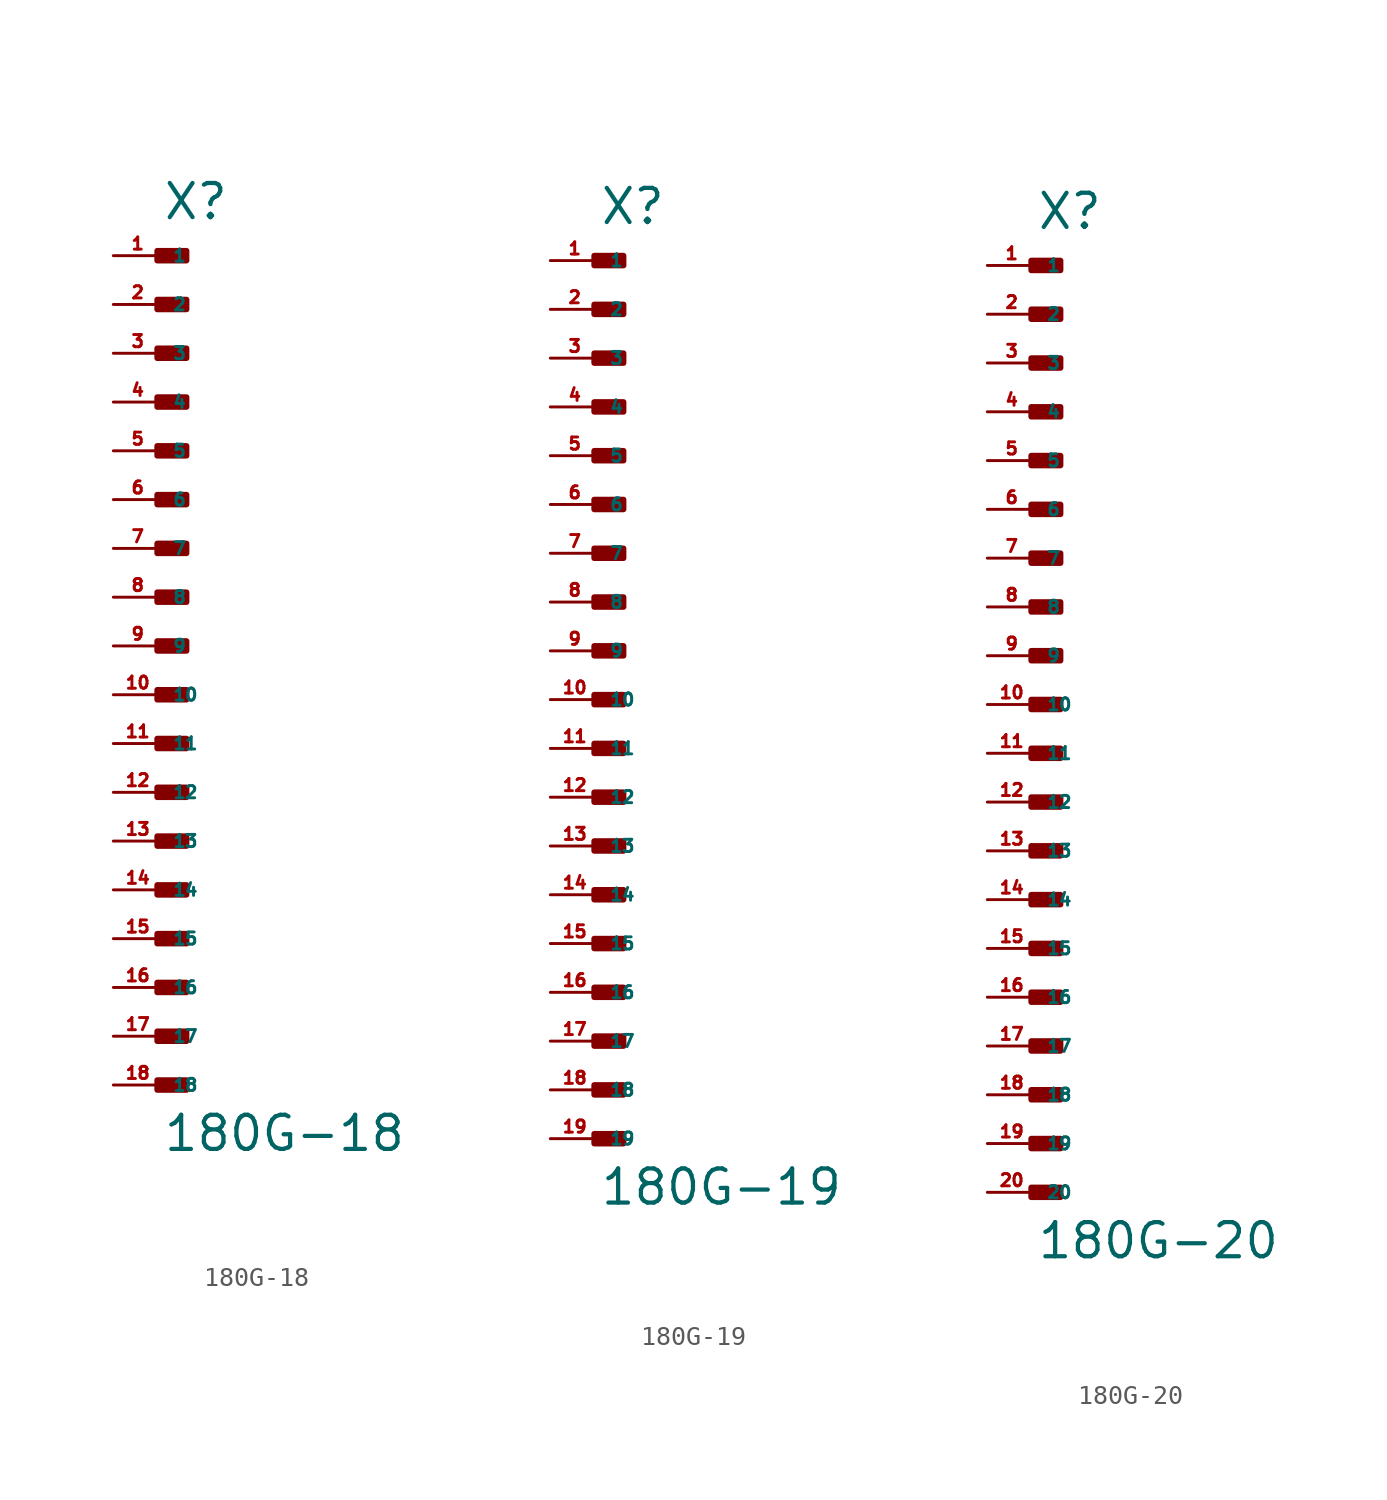
<source format=kicad_sym>
(kicad_symbol_lib
  (version 20220914)
  (generator Eagle2Kicad)
  (symbol "180G-18"
    (property "Reference" "X"
      (at 0 22.098 0)
      (effects (font (size 1.778 1.778) (thickness 0.22)) (justify left bottom)))
    (property "Value" "180G-18"
      (at 0 -26.416 0)
      (effects (font (size 1.778 1.778) (thickness 0.22)) (justify left bottom)))
    (rectangle
      (start -0.254 20.066)
      (end 1.27 20.574)
      (stroke (width 0.3) (type default))
      (fill (type outline)))
    (rectangle
      (start -0.254 17.526)
      (end 1.27 18.034)
      (stroke (width 0.3) (type default))
      (fill (type outline)))
    (rectangle
      (start -0.254 14.986)
      (end 1.27 15.494)
      (stroke (width 0.3) (type default))
      (fill (type outline)))
    (rectangle
      (start -0.254 12.446)
      (end 1.27 12.954)
      (stroke (width 0.3) (type default))
      (fill (type outline)))
    (rectangle
      (start -0.254 9.906)
      (end 1.27 10.414)
      (stroke (width 0.3) (type default))
      (fill (type outline)))
    (rectangle
      (start -0.254 7.366)
      (end 1.27 7.874)
      (stroke (width 0.3) (type default))
      (fill (type outline)))
    (rectangle
      (start -0.254 4.826)
      (end 1.27 5.334)
      (stroke (width 0.3) (type default))
      (fill (type outline)))
    (rectangle
      (start -0.254 2.286)
      (end 1.27 2.794)
      (stroke (width 0.3) (type default))
      (fill (type outline)))
    (rectangle
      (start -0.254 -0.254)
      (end 1.27 0.254)
      (stroke (width 0.3) (type default))
      (fill (type outline)))
    (rectangle
      (start -0.254 -2.794)
      (end 1.27 -2.286)
      (stroke (width 0.3) (type default))
      (fill (type outline)))
    (rectangle
      (start -0.254 -5.334)
      (end 1.27 -4.826)
      (stroke (width 0.3) (type default))
      (fill (type outline)))
    (rectangle
      (start -0.254 -7.874)
      (end 1.27 -7.366)
      (stroke (width 0.3) (type default))
      (fill (type outline)))
    (rectangle
      (start -0.254 -10.414)
      (end 1.27 -9.906)
      (stroke (width 0.3) (type default))
      (fill (type outline)))
    (rectangle
      (start -0.254 -12.954)
      (end 1.27 -12.446)
      (stroke (width 0.3) (type default))
      (fill (type outline)))
    (rectangle
      (start -0.254 -15.494)
      (end 1.27 -14.986)
      (stroke (width 0.3) (type default))
      (fill (type outline)))
    (rectangle
      (start -0.254 -18.034)
      (end 1.27 -17.526)
      (stroke (width 0.3) (type default))
      (fill (type outline)))
    (rectangle
      (start -0.254 -20.574)
      (end 1.27 -20.066)
      (stroke (width 0.3) (type default))
      (fill (type outline)))
    (rectangle
      (start -0.254 -23.114)
      (end 1.27 -22.606)
      (stroke (width 0.3) (type default))
      (fill (type outline)))
    (pin passive line
      (at -2.54 20.32 0)
      (length 2.54)
      (name "1" (effects (font (size 0.635 0.635) (thickness 0.08)) (justify left bottom)))
      (number "1" (effects (font (size 0.635 0.635) (thickness 0.08)) (justify left bottom))))
    (pin passive line
      (at -2.54 17.78 0)
      (length 2.54)
      (name "2" (effects (font (size 0.635 0.635) (thickness 0.08)) (justify left bottom)))
      (number "2" (effects (font (size 0.635 0.635) (thickness 0.08)) (justify left bottom))))
    (pin passive line
      (at -2.54 15.24 0)
      (length 2.54)
      (name "3" (effects (font (size 0.635 0.635) (thickness 0.08)) (justify left bottom)))
      (number "3" (effects (font (size 0.635 0.635) (thickness 0.08)) (justify left bottom))))
    (pin passive line
      (at -2.54 12.7 0)
      (length 2.54)
      (name "4" (effects (font (size 0.635 0.635) (thickness 0.08)) (justify left bottom)))
      (number "4" (effects (font (size 0.635 0.635) (thickness 0.08)) (justify left bottom))))
    (pin passive line
      (at -2.54 10.16 0)
      (length 2.54)
      (name "5" (effects (font (size 0.635 0.635) (thickness 0.08)) (justify left bottom)))
      (number "5" (effects (font (size 0.635 0.635) (thickness 0.08)) (justify left bottom))))
    (pin passive line
      (at -2.54 7.62 0)
      (length 2.54)
      (name "6" (effects (font (size 0.635 0.635) (thickness 0.08)) (justify left bottom)))
      (number "6" (effects (font (size 0.635 0.635) (thickness 0.08)) (justify left bottom))))
    (pin passive line
      (at -2.54 5.08 0)
      (length 2.54)
      (name "7" (effects (font (size 0.635 0.635) (thickness 0.08)) (justify left bottom)))
      (number "7" (effects (font (size 0.635 0.635) (thickness 0.08)) (justify left bottom))))
    (pin passive line
      (at -2.54 2.54 0)
      (length 2.54)
      (name "8" (effects (font (size 0.635 0.635) (thickness 0.08)) (justify left bottom)))
      (number "8" (effects (font (size 0.635 0.635) (thickness 0.08)) (justify left bottom))))
    (pin passive line
      (at -2.54 0 0)
      (length 2.54)
      (name "9" (effects (font (size 0.635 0.635) (thickness 0.08)) (justify left bottom)))
      (number "9" (effects (font (size 0.635 0.635) (thickness 0.08)) (justify left bottom))))
    (pin passive line
      (at -2.54 -2.54 0)
      (length 2.54)
      (name "10" (effects (font (size 0.635 0.635) (thickness 0.08)) (justify left bottom)))
      (number "10" (effects (font (size 0.635 0.635) (thickness 0.08)) (justify left bottom))))
    (pin passive line
      (at -2.54 -5.08 0)
      (length 2.54)
      (name "11" (effects (font (size 0.635 0.635) (thickness 0.08)) (justify left bottom)))
      (number "11" (effects (font (size 0.635 0.635) (thickness 0.08)) (justify left bottom))))
    (pin passive line
      (at -2.54 -7.62 0)
      (length 2.54)
      (name "12" (effects (font (size 0.635 0.635) (thickness 0.08)) (justify left bottom)))
      (number "12" (effects (font (size 0.635 0.635) (thickness 0.08)) (justify left bottom))))
    (pin passive line
      (at -2.54 -10.16 0)
      (length 2.54)
      (name "13" (effects (font (size 0.635 0.635) (thickness 0.08)) (justify left bottom)))
      (number "13" (effects (font (size 0.635 0.635) (thickness 0.08)) (justify left bottom))))
    (pin passive line
      (at -2.54 -12.7 0)
      (length 2.54)
      (name "14" (effects (font (size 0.635 0.635) (thickness 0.08)) (justify left bottom)))
      (number "14" (effects (font (size 0.635 0.635) (thickness 0.08)) (justify left bottom))))
    (pin passive line
      (at -2.54 -15.24 0)
      (length 2.54)
      (name "15" (effects (font (size 0.635 0.635) (thickness 0.08)) (justify left bottom)))
      (number "15" (effects (font (size 0.635 0.635) (thickness 0.08)) (justify left bottom))))
    (pin passive line
      (at -2.54 -17.78 0)
      (length 2.54)
      (name "16" (effects (font (size 0.635 0.635) (thickness 0.08)) (justify left bottom)))
      (number "16" (effects (font (size 0.635 0.635) (thickness 0.08)) (justify left bottom))))
    (pin passive line
      (at -2.54 -20.32 0)
      (length 2.54)
      (name "17" (effects (font (size 0.635 0.635) (thickness 0.08)) (justify left bottom)))
      (number "17" (effects (font (size 0.635 0.635) (thickness 0.08)) (justify left bottom))))
    (pin passive line
      (at -2.54 -22.86 0)
      (length 2.54)
      (name "18" (effects (font (size 0.635 0.635) (thickness 0.08)) (justify left bottom)))
      (number "18" (effects (font (size 0.635 0.635) (thickness 0.08)) (justify left bottom)))))
  (symbol "180G-19"
    (property "Reference" "X"
      (at 0 24.638 0)
      (effects (font (size 1.778 1.778) (thickness 0.22)) (justify left bottom)))
    (property "Value" "180G-19"
      (at 0 -26.416 0)
      (effects (font (size 1.778 1.778) (thickness 0.22)) (justify left bottom)))
    (rectangle
      (start -0.254 22.606)
      (end 1.27 23.114)
      (stroke (width 0.3) (type default))
      (fill (type outline)))
    (rectangle
      (start -0.254 20.066)
      (end 1.27 20.574)
      (stroke (width 0.3) (type default))
      (fill (type outline)))
    (rectangle
      (start -0.254 17.526)
      (end 1.27 18.034)
      (stroke (width 0.3) (type default))
      (fill (type outline)))
    (rectangle
      (start -0.254 14.986)
      (end 1.27 15.494)
      (stroke (width 0.3) (type default))
      (fill (type outline)))
    (rectangle
      (start -0.254 12.446)
      (end 1.27 12.954)
      (stroke (width 0.3) (type default))
      (fill (type outline)))
    (rectangle
      (start -0.254 9.906)
      (end 1.27 10.414)
      (stroke (width 0.3) (type default))
      (fill (type outline)))
    (rectangle
      (start -0.254 7.366)
      (end 1.27 7.874)
      (stroke (width 0.3) (type default))
      (fill (type outline)))
    (rectangle
      (start -0.254 4.826)
      (end 1.27 5.334)
      (stroke (width 0.3) (type default))
      (fill (type outline)))
    (rectangle
      (start -0.254 2.286)
      (end 1.27 2.794)
      (stroke (width 0.3) (type default))
      (fill (type outline)))
    (rectangle
      (start -0.254 -0.254)
      (end 1.27 0.254)
      (stroke (width 0.3) (type default))
      (fill (type outline)))
    (rectangle
      (start -0.254 -2.794)
      (end 1.27 -2.286)
      (stroke (width 0.3) (type default))
      (fill (type outline)))
    (rectangle
      (start -0.254 -5.334)
      (end 1.27 -4.826)
      (stroke (width 0.3) (type default))
      (fill (type outline)))
    (rectangle
      (start -0.254 -7.874)
      (end 1.27 -7.366)
      (stroke (width 0.3) (type default))
      (fill (type outline)))
    (rectangle
      (start -0.254 -10.414)
      (end 1.27 -9.906)
      (stroke (width 0.3) (type default))
      (fill (type outline)))
    (rectangle
      (start -0.254 -12.954)
      (end 1.27 -12.446)
      (stroke (width 0.3) (type default))
      (fill (type outline)))
    (rectangle
      (start -0.254 -15.494)
      (end 1.27 -14.986)
      (stroke (width 0.3) (type default))
      (fill (type outline)))
    (rectangle
      (start -0.254 -18.034)
      (end 1.27 -17.526)
      (stroke (width 0.3) (type default))
      (fill (type outline)))
    (rectangle
      (start -0.254 -20.574)
      (end 1.27 -20.066)
      (stroke (width 0.3) (type default))
      (fill (type outline)))
    (rectangle
      (start -0.254 -23.114)
      (end 1.27 -22.606)
      (stroke (width 0.3) (type default))
      (fill (type outline)))
    (pin passive line
      (at -2.54 22.86 0)
      (length 2.54)
      (name "1" (effects (font (size 0.635 0.635) (thickness 0.08)) (justify left bottom)))
      (number "1" (effects (font (size 0.635 0.635) (thickness 0.08)) (justify left bottom))))
    (pin passive line
      (at -2.54 20.32 0)
      (length 2.54)
      (name "2" (effects (font (size 0.635 0.635) (thickness 0.08)) (justify left bottom)))
      (number "2" (effects (font (size 0.635 0.635) (thickness 0.08)) (justify left bottom))))
    (pin passive line
      (at -2.54 17.78 0)
      (length 2.54)
      (name "3" (effects (font (size 0.635 0.635) (thickness 0.08)) (justify left bottom)))
      (number "3" (effects (font (size 0.635 0.635) (thickness 0.08)) (justify left bottom))))
    (pin passive line
      (at -2.54 15.24 0)
      (length 2.54)
      (name "4" (effects (font (size 0.635 0.635) (thickness 0.08)) (justify left bottom)))
      (number "4" (effects (font (size 0.635 0.635) (thickness 0.08)) (justify left bottom))))
    (pin passive line
      (at -2.54 12.7 0)
      (length 2.54)
      (name "5" (effects (font (size 0.635 0.635) (thickness 0.08)) (justify left bottom)))
      (number "5" (effects (font (size 0.635 0.635) (thickness 0.08)) (justify left bottom))))
    (pin passive line
      (at -2.54 10.16 0)
      (length 2.54)
      (name "6" (effects (font (size 0.635 0.635) (thickness 0.08)) (justify left bottom)))
      (number "6" (effects (font (size 0.635 0.635) (thickness 0.08)) (justify left bottom))))
    (pin passive line
      (at -2.54 7.62 0)
      (length 2.54)
      (name "7" (effects (font (size 0.635 0.635) (thickness 0.08)) (justify left bottom)))
      (number "7" (effects (font (size 0.635 0.635) (thickness 0.08)) (justify left bottom))))
    (pin passive line
      (at -2.54 5.08 0)
      (length 2.54)
      (name "8" (effects (font (size 0.635 0.635) (thickness 0.08)) (justify left bottom)))
      (number "8" (effects (font (size 0.635 0.635) (thickness 0.08)) (justify left bottom))))
    (pin passive line
      (at -2.54 2.54 0)
      (length 2.54)
      (name "9" (effects (font (size 0.635 0.635) (thickness 0.08)) (justify left bottom)))
      (number "9" (effects (font (size 0.635 0.635) (thickness 0.08)) (justify left bottom))))
    (pin passive line
      (at -2.54 0 0)
      (length 2.54)
      (name "10" (effects (font (size 0.635 0.635) (thickness 0.08)) (justify left bottom)))
      (number "10" (effects (font (size 0.635 0.635) (thickness 0.08)) (justify left bottom))))
    (pin passive line
      (at -2.54 -2.54 0)
      (length 2.54)
      (name "11" (effects (font (size 0.635 0.635) (thickness 0.08)) (justify left bottom)))
      (number "11" (effects (font (size 0.635 0.635) (thickness 0.08)) (justify left bottom))))
    (pin passive line
      (at -2.54 -5.08 0)
      (length 2.54)
      (name "12" (effects (font (size 0.635 0.635) (thickness 0.08)) (justify left bottom)))
      (number "12" (effects (font (size 0.635 0.635) (thickness 0.08)) (justify left bottom))))
    (pin passive line
      (at -2.54 -7.62 0)
      (length 2.54)
      (name "13" (effects (font (size 0.635 0.635) (thickness 0.08)) (justify left bottom)))
      (number "13" (effects (font (size 0.635 0.635) (thickness 0.08)) (justify left bottom))))
    (pin passive line
      (at -2.54 -10.16 0)
      (length 2.54)
      (name "14" (effects (font (size 0.635 0.635) (thickness 0.08)) (justify left bottom)))
      (number "14" (effects (font (size 0.635 0.635) (thickness 0.08)) (justify left bottom))))
    (pin passive line
      (at -2.54 -12.7 0)
      (length 2.54)
      (name "15" (effects (font (size 0.635 0.635) (thickness 0.08)) (justify left bottom)))
      (number "15" (effects (font (size 0.635 0.635) (thickness 0.08)) (justify left bottom))))
    (pin passive line
      (at -2.54 -15.24 0)
      (length 2.54)
      (name "16" (effects (font (size 0.635 0.635) (thickness 0.08)) (justify left bottom)))
      (number "16" (effects (font (size 0.635 0.635) (thickness 0.08)) (justify left bottom))))
    (pin passive line
      (at -2.54 -17.78 0)
      (length 2.54)
      (name "17" (effects (font (size 0.635 0.635) (thickness 0.08)) (justify left bottom)))
      (number "17" (effects (font (size 0.635 0.635) (thickness 0.08)) (justify left bottom))))
    (pin passive line
      (at -2.54 -20.32 0)
      (length 2.54)
      (name "18" (effects (font (size 0.635 0.635) (thickness 0.08)) (justify left bottom)))
      (number "18" (effects (font (size 0.635 0.635) (thickness 0.08)) (justify left bottom))))
    (pin passive line
      (at -2.54 -22.86 0)
      (length 2.54)
      (name "19" (effects (font (size 0.635 0.635) (thickness 0.08)) (justify left bottom)))
      (number "19" (effects (font (size 0.635 0.635) (thickness 0.08)) (justify left bottom)))))
  (symbol "180G-20"
    (property "Reference" "X"
      (at 0 24.638 0)
      (effects (font (size 1.778 1.778) (thickness 0.22)) (justify left bottom)))
    (property "Value" "180G-20"
      (at 0 -28.956 0)
      (effects (font (size 1.778 1.778) (thickness 0.22)) (justify left bottom)))
    (rectangle
      (start -0.254 22.606)
      (end 1.27 23.114)
      (stroke (width 0.3) (type default))
      (fill (type outline)))
    (rectangle
      (start -0.254 20.066)
      (end 1.27 20.574)
      (stroke (width 0.3) (type default))
      (fill (type outline)))
    (rectangle
      (start -0.254 17.526)
      (end 1.27 18.034)
      (stroke (width 0.3) (type default))
      (fill (type outline)))
    (rectangle
      (start -0.254 14.986)
      (end 1.27 15.494)
      (stroke (width 0.3) (type default))
      (fill (type outline)))
    (rectangle
      (start -0.254 12.446)
      (end 1.27 12.954)
      (stroke (width 0.3) (type default))
      (fill (type outline)))
    (rectangle
      (start -0.254 9.906)
      (end 1.27 10.414)
      (stroke (width 0.3) (type default))
      (fill (type outline)))
    (rectangle
      (start -0.254 7.366)
      (end 1.27 7.874)
      (stroke (width 0.3) (type default))
      (fill (type outline)))
    (rectangle
      (start -0.254 4.826)
      (end 1.27 5.334)
      (stroke (width 0.3) (type default))
      (fill (type outline)))
    (rectangle
      (start -0.254 2.286)
      (end 1.27 2.794)
      (stroke (width 0.3) (type default))
      (fill (type outline)))
    (rectangle
      (start -0.254 -0.254)
      (end 1.27 0.254)
      (stroke (width 0.3) (type default))
      (fill (type outline)))
    (rectangle
      (start -0.254 -2.794)
      (end 1.27 -2.286)
      (stroke (width 0.3) (type default))
      (fill (type outline)))
    (rectangle
      (start -0.254 -5.334)
      (end 1.27 -4.826)
      (stroke (width 0.3) (type default))
      (fill (type outline)))
    (rectangle
      (start -0.254 -7.874)
      (end 1.27 -7.366)
      (stroke (width 0.3) (type default))
      (fill (type outline)))
    (rectangle
      (start -0.254 -10.414)
      (end 1.27 -9.906)
      (stroke (width 0.3) (type default))
      (fill (type outline)))
    (rectangle
      (start -0.254 -12.954)
      (end 1.27 -12.446)
      (stroke (width 0.3) (type default))
      (fill (type outline)))
    (rectangle
      (start -0.254 -15.494)
      (end 1.27 -14.986)
      (stroke (width 0.3) (type default))
      (fill (type outline)))
    (rectangle
      (start -0.254 -18.034)
      (end 1.27 -17.526)
      (stroke (width 0.3) (type default))
      (fill (type outline)))
    (rectangle
      (start -0.254 -20.574)
      (end 1.27 -20.066)
      (stroke (width 0.3) (type default))
      (fill (type outline)))
    (rectangle
      (start -0.254 -23.114)
      (end 1.27 -22.606)
      (stroke (width 0.3) (type default))
      (fill (type outline)))
    (rectangle
      (start -0.254 -25.654)
      (end 1.27 -25.146)
      (stroke (width 0.3) (type default))
      (fill (type outline)))
    (pin passive line
      (at -2.54 22.86 0)
      (length 2.54)
      (name "1" (effects (font (size 0.635 0.635) (thickness 0.08)) (justify left bottom)))
      (number "1" (effects (font (size 0.635 0.635) (thickness 0.08)) (justify left bottom))))
    (pin passive line
      (at -2.54 20.32 0)
      (length 2.54)
      (name "2" (effects (font (size 0.635 0.635) (thickness 0.08)) (justify left bottom)))
      (number "2" (effects (font (size 0.635 0.635) (thickness 0.08)) (justify left bottom))))
    (pin passive line
      (at -2.54 17.78 0)
      (length 2.54)
      (name "3" (effects (font (size 0.635 0.635) (thickness 0.08)) (justify left bottom)))
      (number "3" (effects (font (size 0.635 0.635) (thickness 0.08)) (justify left bottom))))
    (pin passive line
      (at -2.54 15.24 0)
      (length 2.54)
      (name "4" (effects (font (size 0.635 0.635) (thickness 0.08)) (justify left bottom)))
      (number "4" (effects (font (size 0.635 0.635) (thickness 0.08)) (justify left bottom))))
    (pin passive line
      (at -2.54 12.7 0)
      (length 2.54)
      (name "5" (effects (font (size 0.635 0.635) (thickness 0.08)) (justify left bottom)))
      (number "5" (effects (font (size 0.635 0.635) (thickness 0.08)) (justify left bottom))))
    (pin passive line
      (at -2.54 10.16 0)
      (length 2.54)
      (name "6" (effects (font (size 0.635 0.635) (thickness 0.08)) (justify left bottom)))
      (number "6" (effects (font (size 0.635 0.635) (thickness 0.08)) (justify left bottom))))
    (pin passive line
      (at -2.54 7.62 0)
      (length 2.54)
      (name "7" (effects (font (size 0.635 0.635) (thickness 0.08)) (justify left bottom)))
      (number "7" (effects (font (size 0.635 0.635) (thickness 0.08)) (justify left bottom))))
    (pin passive line
      (at -2.54 5.08 0)
      (length 2.54)
      (name "8" (effects (font (size 0.635 0.635) (thickness 0.08)) (justify left bottom)))
      (number "8" (effects (font (size 0.635 0.635) (thickness 0.08)) (justify left bottom))))
    (pin passive line
      (at -2.54 2.54 0)
      (length 2.54)
      (name "9" (effects (font (size 0.635 0.635) (thickness 0.08)) (justify left bottom)))
      (number "9" (effects (font (size 0.635 0.635) (thickness 0.08)) (justify left bottom))))
    (pin passive line
      (at -2.54 0 0)
      (length 2.54)
      (name "10" (effects (font (size 0.635 0.635) (thickness 0.08)) (justify left bottom)))
      (number "10" (effects (font (size 0.635 0.635) (thickness 0.08)) (justify left bottom))))
    (pin passive line
      (at -2.54 -2.54 0)
      (length 2.54)
      (name "11" (effects (font (size 0.635 0.635) (thickness 0.08)) (justify left bottom)))
      (number "11" (effects (font (size 0.635 0.635) (thickness 0.08)) (justify left bottom))))
    (pin passive line
      (at -2.54 -5.08 0)
      (length 2.54)
      (name "12" (effects (font (size 0.635 0.635) (thickness 0.08)) (justify left bottom)))
      (number "12" (effects (font (size 0.635 0.635) (thickness 0.08)) (justify left bottom))))
    (pin passive line
      (at -2.54 -7.62 0)
      (length 2.54)
      (name "13" (effects (font (size 0.635 0.635) (thickness 0.08)) (justify left bottom)))
      (number "13" (effects (font (size 0.635 0.635) (thickness 0.08)) (justify left bottom))))
    (pin passive line
      (at -2.54 -10.16 0)
      (length 2.54)
      (name "14" (effects (font (size 0.635 0.635) (thickness 0.08)) (justify left bottom)))
      (number "14" (effects (font (size 0.635 0.635) (thickness 0.08)) (justify left bottom))))
    (pin passive line
      (at -2.54 -12.7 0)
      (length 2.54)
      (name "15" (effects (font (size 0.635 0.635) (thickness 0.08)) (justify left bottom)))
      (number "15" (effects (font (size 0.635 0.635) (thickness 0.08)) (justify left bottom))))
    (pin passive line
      (at -2.54 -15.24 0)
      (length 2.54)
      (name "16" (effects (font (size 0.635 0.635) (thickness 0.08)) (justify left bottom)))
      (number "16" (effects (font (size 0.635 0.635) (thickness 0.08)) (justify left bottom))))
    (pin passive line
      (at -2.54 -17.78 0)
      (length 2.54)
      (name "17" (effects (font (size 0.635 0.635) (thickness 0.08)) (justify left bottom)))
      (number "17" (effects (font (size 0.635 0.635) (thickness 0.08)) (justify left bottom))))
    (pin passive line
      (at -2.54 -20.32 0)
      (length 2.54)
      (name "18" (effects (font (size 0.635 0.635) (thickness 0.08)) (justify left bottom)))
      (number "18" (effects (font (size 0.635 0.635) (thickness 0.08)) (justify left bottom))))
    (pin passive line
      (at -2.54 -22.86 0)
      (length 2.54)
      (name "19" (effects (font (size 0.635 0.635) (thickness 0.08)) (justify left bottom)))
      (number "19" (effects (font (size 0.635 0.635) (thickness 0.08)) (justify left bottom))))
    (pin passive line
      (at -2.54 -25.4 0)
      (length 2.54)
      (name "20" (effects (font (size 0.635 0.635) (thickness 0.08)) (justify left bottom)))
      (number "20" (effects (font (size 0.635 0.635) (thickness 0.08)) (justify left bottom))))))
</source>
